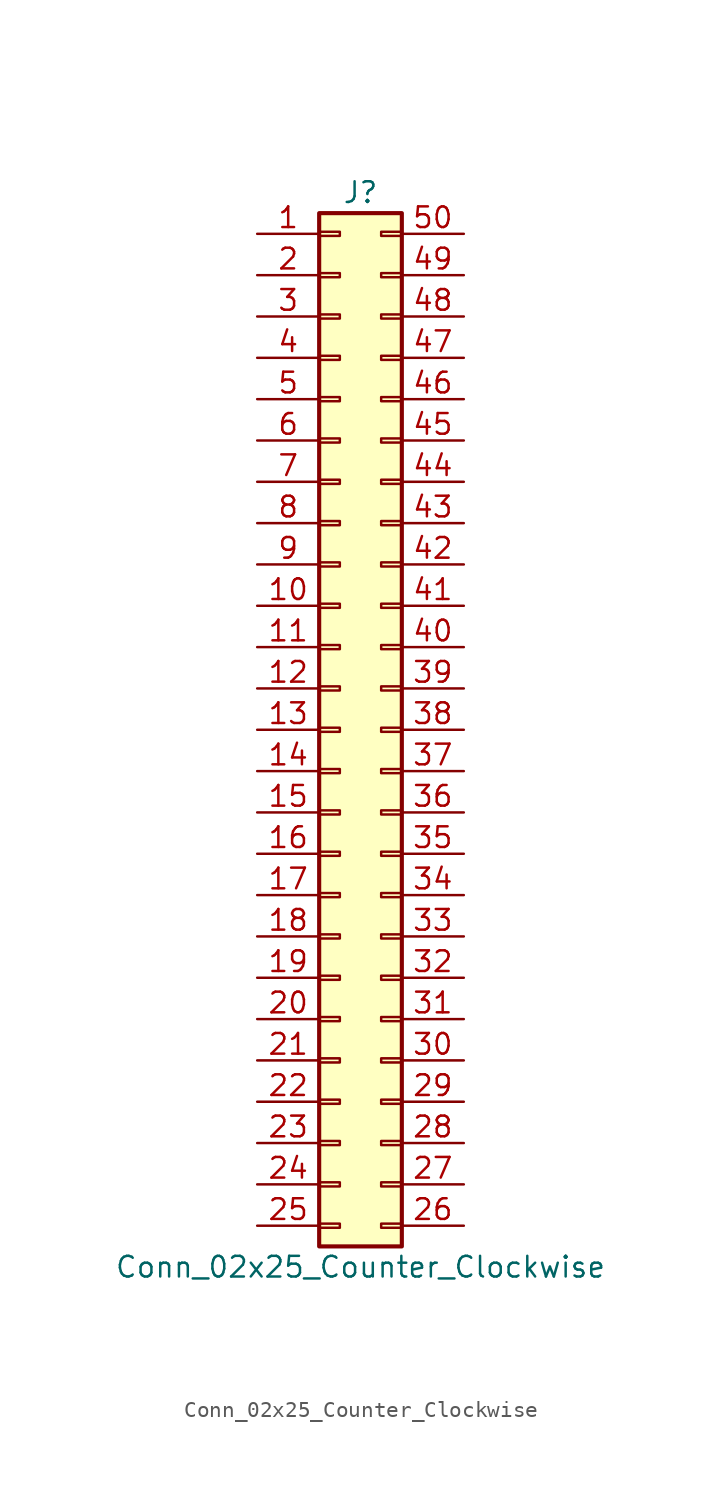
<source format=kicad_sym>
(kicad_symbol_lib
  (version 20201005)
  (generator kicad_symbol_editor)
  (symbol "Connector_Generic:Conn_02x25_Counter_Clockwise"
    (pin_names
      (offset 1.016) hide)
    (property "Reference" "J"
      (at 1.27 33.02 0)
      (effects (font (size 1.27 1.27))))
    (property "Value" "Conn_02x25_Counter_Clockwise"
      (at 1.27 -33.02 0)
      (effects (font (size 1.27 1.27))))
    (symbol "Conn_02x25_Counter_Clockwise_1_1"
      (rectangle (start -1.27 -27.813) (end 0 -28.067) (stroke (width 0.152)) (fill (type none)))
      (rectangle (start -1.27 -30.353) (end 0 -30.607) (stroke (width 0.152)) (fill (type none)))
      (rectangle (start -1.27 -4.953) (end 0 -5.207) (stroke (width 0.152)) (fill (type none)))
      (rectangle (start -1.27 -7.493) (end 0 -7.747) (stroke (width 0.152)) (fill (type none)))
      (rectangle (start -1.27 -10.033) (end 0 -10.287) (stroke (width 0.152)) (fill (type none)))
      (rectangle (start -1.27 -12.573) (end 0 -12.827) (stroke (width 0.152)) (fill (type none)))
      (rectangle (start -1.27 -15.113) (end 0 -15.367) (stroke (width 0.152)) (fill (type none)))
      (rectangle (start -1.27 -17.653) (end 0 -17.907) (stroke (width 0.152)) (fill (type none)))
      (rectangle (start -1.27 -20.193) (end 0 -20.447) (stroke (width 0.152)) (fill (type none)))
      (rectangle (start -1.27 -22.733) (end 0 -22.987) (stroke (width 0.152)) (fill (type none)))
      (rectangle (start -1.27 -2.413) (end 0 -2.667) (stroke (width 0.152)) (fill (type none)))
      (rectangle (start -1.27 -25.273) (end 0 -25.527) (stroke (width 0.152)) (fill (type none)))
      (rectangle (start -1.27 25.527) (end 0 25.273) (stroke (width 0.152)) (fill (type none)))
      (rectangle (start -1.27 2.667) (end 0 2.413) (stroke (width 0.152)) (fill (type none)))
      (rectangle (start -1.27 28.067) (end 0 27.813) (stroke (width 0.152)) (fill (type none)))
      (rectangle (start -1.27 30.607) (end 0 30.353) (stroke (width 0.152)) (fill (type none)))
      (rectangle (start -1.27 31.75) (end 3.81 -31.75) (stroke (width 0.254)) (fill (type background)))
      (rectangle (start -1.27 5.207) (end 0 4.953) (stroke (width 0.152)) (fill (type none)))
      (rectangle (start -1.27 7.747) (end 0 7.493) (stroke (width 0.152)) (fill (type none)))
      (rectangle (start -1.27 10.287) (end 0 10.033) (stroke (width 0.152)) (fill (type none)))
      (rectangle (start -1.27 0.127) (end 0 -0.127) (stroke (width 0.152)) (fill (type none)))
      (rectangle (start -1.27 12.827) (end 0 12.573) (stroke (width 0.152)) (fill (type none)))
      (rectangle (start -1.27 15.367) (end 0 15.113) (stroke (width 0.152)) (fill (type none)))
      (rectangle (start -1.27 17.907) (end 0 17.653) (stroke (width 0.152)) (fill (type none)))
      (rectangle (start -1.27 20.447) (end 0 20.193) (stroke (width 0.152)) (fill (type none)))
      (rectangle (start -1.27 22.987) (end 0 22.733) (stroke (width 0.152)) (fill (type none)))
      (rectangle (start 3.81 -27.813) (end 2.54 -28.067) (stroke (width 0.152)) (fill (type none)))
      (rectangle (start 3.81 -30.353) (end 2.54 -30.607) (stroke (width 0.152)) (fill (type none)))
      (rectangle (start 3.81 -4.953) (end 2.54 -5.207) (stroke (width 0.152)) (fill (type none)))
      (rectangle (start 3.81 -7.493) (end 2.54 -7.747) (stroke (width 0.152)) (fill (type none)))
      (rectangle (start 3.81 -10.033) (end 2.54 -10.287) (stroke (width 0.152)) (fill (type none)))
      (rectangle (start 3.81 -12.573) (end 2.54 -12.827) (stroke (width 0.152)) (fill (type none)))
      (rectangle (start 3.81 -15.113) (end 2.54 -15.367) (stroke (width 0.152)) (fill (type none)))
      (rectangle (start 3.81 -17.653) (end 2.54 -17.907) (stroke (width 0.152)) (fill (type none)))
      (rectangle (start 3.81 -20.193) (end 2.54 -20.447) (stroke (width 0.152)) (fill (type none)))
      (rectangle (start 3.81 -22.733) (end 2.54 -22.987) (stroke (width 0.152)) (fill (type none)))
      (rectangle (start 3.81 -2.413) (end 2.54 -2.667) (stroke (width 0.152)) (fill (type none)))
      (rectangle (start 3.81 -25.273) (end 2.54 -25.527) (stroke (width 0.152)) (fill (type none)))
      (rectangle (start 3.81 25.527) (end 2.54 25.273) (stroke (width 0.152)) (fill (type none)))
      (rectangle (start 3.81 2.667) (end 2.54 2.413) (stroke (width 0.152)) (fill (type none)))
      (rectangle (start 3.81 28.067) (end 2.54 27.813) (stroke (width 0.152)) (fill (type none)))
      (rectangle (start 3.81 30.607) (end 2.54 30.353) (stroke (width 0.152)) (fill (type none)))
      (rectangle (start 3.81 5.207) (end 2.54 4.953) (stroke (width 0.152)) (fill (type none)))
      (rectangle (start 3.81 7.747) (end 2.54 7.493) (stroke (width 0.152)) (fill (type none)))
      (rectangle (start 3.81 10.287) (end 2.54 10.033) (stroke (width 0.152)) (fill (type none)))
      (rectangle (start 3.81 0.127) (end 2.54 -0.127) (stroke (width 0.152)) (fill (type none)))
      (rectangle (start 3.81 12.827) (end 2.54 12.573) (stroke (width 0.152)) (fill (type none)))
      (rectangle (start 3.81 15.367) (end 2.54 15.113) (stroke (width 0.152)) (fill (type none)))
      (rectangle (start 3.81 17.907) (end 2.54 17.653) (stroke (width 0.152)) (fill (type none)))
      (rectangle (start 3.81 20.447) (end 2.54 20.193) (stroke (width 0.152)) (fill (type none)))
      (rectangle (start 3.81 22.987) (end 2.54 22.733) (stroke (width 0.152)) (fill (type none)))
      (pin passive line (at -5.08 30.48 0) (length 3.81) (name "Pin_1" (effects (font (size 1.27 1.27)))) (number "1" (effects (font (size 1.27 1.27)))))
      (pin passive line (at -5.08 7.62 0) (length 3.81) (name "Pin_10" (effects (font (size 1.27 1.27)))) (number "10" (effects (font (size 1.27 1.27)))))
      (pin passive line (at -5.08 5.08 0) (length 3.81) (name "Pin_11" (effects (font (size 1.27 1.27)))) (number "11" (effects (font (size 1.27 1.27)))))
      (pin passive line (at -5.08 2.54 0) (length 3.81) (name "Pin_12" (effects (font (size 1.27 1.27)))) (number "12" (effects (font (size 1.27 1.27)))))
      (pin passive line (at -5.08 0 0) (length 3.81) (name "Pin_13" (effects (font (size 1.27 1.27)))) (number "13" (effects (font (size 1.27 1.27)))))
      (pin passive line (at -5.08 -2.54 0) (length 3.81) (name "Pin_14" (effects (font (size 1.27 1.27)))) (number "14" (effects (font (size 1.27 1.27)))))
      (pin passive line (at -5.08 -5.08 0) (length 3.81) (name "Pin_15" (effects (font (size 1.27 1.27)))) (number "15" (effects (font (size 1.27 1.27)))))
      (pin passive line (at -5.08 -7.62 0) (length 3.81) (name "Pin_16" (effects (font (size 1.27 1.27)))) (number "16" (effects (font (size 1.27 1.27)))))
      (pin passive line (at -5.08 -10.16 0) (length 3.81) (name "Pin_17" (effects (font (size 1.27 1.27)))) (number "17" (effects (font (size 1.27 1.27)))))
      (pin passive line (at -5.08 -12.7 0) (length 3.81) (name "Pin_18" (effects (font (size 1.27 1.27)))) (number "18" (effects (font (size 1.27 1.27)))))
      (pin passive line (at -5.08 -15.24 0) (length 3.81) (name "Pin_19" (effects (font (size 1.27 1.27)))) (number "19" (effects (font (size 1.27 1.27)))))
      (pin passive line (at -5.08 27.94 0) (length 3.81) (name "Pin_2" (effects (font (size 1.27 1.27)))) (number "2" (effects (font (size 1.27 1.27)))))
      (pin passive line (at -5.08 -17.78 0) (length 3.81) (name "Pin_20" (effects (font (size 1.27 1.27)))) (number "20" (effects (font (size 1.27 1.27)))))
      (pin passive line (at -5.08 -20.32 0) (length 3.81) (name "Pin_21" (effects (font (size 1.27 1.27)))) (number "21" (effects (font (size 1.27 1.27)))))
      (pin passive line (at -5.08 -22.86 0) (length 3.81) (name "Pin_22" (effects (font (size 1.27 1.27)))) (number "22" (effects (font (size 1.27 1.27)))))
      (pin passive line (at -5.08 -25.4 0) (length 3.81) (name "Pin_23" (effects (font (size 1.27 1.27)))) (number "23" (effects (font (size 1.27 1.27)))))
      (pin passive line (at -5.08 -27.94 0) (length 3.81) (name "Pin_24" (effects (font (size 1.27 1.27)))) (number "24" (effects (font (size 1.27 1.27)))))
      (pin passive line (at -5.08 -30.48 0) (length 3.81) (name "Pin_25" (effects (font (size 1.27 1.27)))) (number "25" (effects (font (size 1.27 1.27)))))
      (pin passive line (at 7.62 -30.48 180) (length 3.81) (name "Pin_26" (effects (font (size 1.27 1.27)))) (number "26" (effects (font (size 1.27 1.27)))))
      (pin passive line (at 7.62 -27.94 180) (length 3.81) (name "Pin_27" (effects (font (size 1.27 1.27)))) (number "27" (effects (font (size 1.27 1.27)))))
      (pin passive line (at 7.62 -25.4 180) (length 3.81) (name "Pin_28" (effects (font (size 1.27 1.27)))) (number "28" (effects (font (size 1.27 1.27)))))
      (pin passive line (at 7.62 -22.86 180) (length 3.81) (name "Pin_29" (effects (font (size 1.27 1.27)))) (number "29" (effects (font (size 1.27 1.27)))))
      (pin passive line (at -5.08 25.4 0) (length 3.81) (name "Pin_3" (effects (font (size 1.27 1.27)))) (number "3" (effects (font (size 1.27 1.27)))))
      (pin passive line (at 7.62 -20.32 180) (length 3.81) (name "Pin_30" (effects (font (size 1.27 1.27)))) (number "30" (effects (font (size 1.27 1.27)))))
      (pin passive line (at 7.62 -17.78 180) (length 3.81) (name "Pin_31" (effects (font (size 1.27 1.27)))) (number "31" (effects (font (size 1.27 1.27)))))
      (pin passive line (at 7.62 -15.24 180) (length 3.81) (name "Pin_32" (effects (font (size 1.27 1.27)))) (number "32" (effects (font (size 1.27 1.27)))))
      (pin passive line (at 7.62 -12.7 180) (length 3.81) (name "Pin_33" (effects (font (size 1.27 1.27)))) (number "33" (effects (font (size 1.27 1.27)))))
      (pin passive line (at 7.62 -10.16 180) (length 3.81) (name "Pin_34" (effects (font (size 1.27 1.27)))) (number "34" (effects (font (size 1.27 1.27)))))
      (pin passive line (at 7.62 -7.62 180) (length 3.81) (name "Pin_35" (effects (font (size 1.27 1.27)))) (number "35" (effects (font (size 1.27 1.27)))))
      (pin passive line (at 7.62 -5.08 180) (length 3.81) (name "Pin_36" (effects (font (size 1.27 1.27)))) (number "36" (effects (font (size 1.27 1.27)))))
      (pin passive line (at 7.62 -2.54 180) (length 3.81) (name "Pin_37" (effects (font (size 1.27 1.27)))) (number "37" (effects (font (size 1.27 1.27)))))
      (pin passive line (at 7.62 0 180) (length 3.81) (name "Pin_38" (effects (font (size 1.27 1.27)))) (number "38" (effects (font (size 1.27 1.27)))))
      (pin passive line (at 7.62 2.54 180) (length 3.81) (name "Pin_39" (effects (font (size 1.27 1.27)))) (number "39" (effects (font (size 1.27 1.27)))))
      (pin passive line (at -5.08 22.86 0) (length 3.81) (name "Pin_4" (effects (font (size 1.27 1.27)))) (number "4" (effects (font (size 1.27 1.27)))))
      (pin passive line (at 7.62 5.08 180) (length 3.81) (name "Pin_40" (effects (font (size 1.27 1.27)))) (number "40" (effects (font (size 1.27 1.27)))))
      (pin passive line (at 7.62 7.62 180) (length 3.81) (name "Pin_41" (effects (font (size 1.27 1.27)))) (number "41" (effects (font (size 1.27 1.27)))))
      (pin passive line (at 7.62 10.16 180) (length 3.81) (name "Pin_42" (effects (font (size 1.27 1.27)))) (number "42" (effects (font (size 1.27 1.27)))))
      (pin passive line (at 7.62 12.7 180) (length 3.81) (name "Pin_43" (effects (font (size 1.27 1.27)))) (number "43" (effects (font (size 1.27 1.27)))))
      (pin passive line (at 7.62 15.24 180) (length 3.81) (name "Pin_44" (effects (font (size 1.27 1.27)))) (number "44" (effects (font (size 1.27 1.27)))))
      (pin passive line (at 7.62 17.78 180) (length 3.81) (name "Pin_45" (effects (font (size 1.27 1.27)))) (number "45" (effects (font (size 1.27 1.27)))))
      (pin passive line (at 7.62 20.32 180) (length 3.81) (name "Pin_46" (effects (font (size 1.27 1.27)))) (number "46" (effects (font (size 1.27 1.27)))))
      (pin passive line (at 7.62 22.86 180) (length 3.81) (name "Pin_47" (effects (font (size 1.27 1.27)))) (number "47" (effects (font (size 1.27 1.27)))))
      (pin passive line (at 7.62 25.4 180) (length 3.81) (name "Pin_48" (effects (font (size 1.27 1.27)))) (number "48" (effects (font (size 1.27 1.27)))))
      (pin passive line (at 7.62 27.94 180) (length 3.81) (name "Pin_49" (effects (font (size 1.27 1.27)))) (number "49" (effects (font (size 1.27 1.27)))))
      (pin passive line (at -5.08 20.32 0) (length 3.81) (name "Pin_5" (effects (font (size 1.27 1.27)))) (number "5" (effects (font (size 1.27 1.27)))))
      (pin passive line (at 7.62 30.48 180) (length 3.81) (name "Pin_50" (effects (font (size 1.27 1.27)))) (number "50" (effects (font (size 1.27 1.27)))))
      (pin passive line (at -5.08 17.78 0) (length 3.81) (name "Pin_6" (effects (font (size 1.27 1.27)))) (number "6" (effects (font (size 1.27 1.27)))))
      (pin passive line (at -5.08 15.24 0) (length 3.81) (name "Pin_7" (effects (font (size 1.27 1.27)))) (number "7" (effects (font (size 1.27 1.27)))))
      (pin passive line (at -5.08 12.7 0) (length 3.81) (name "Pin_8" (effects (font (size 1.27 1.27)))) (number "8" (effects (font (size 1.27 1.27)))))
      (pin passive line (at -5.08 10.16 0) (length 3.81) (name "Pin_9" (effects (font (size 1.27 1.27)))) (number "9" (effects (font (size 1.27 1.27))))))))
</source>
